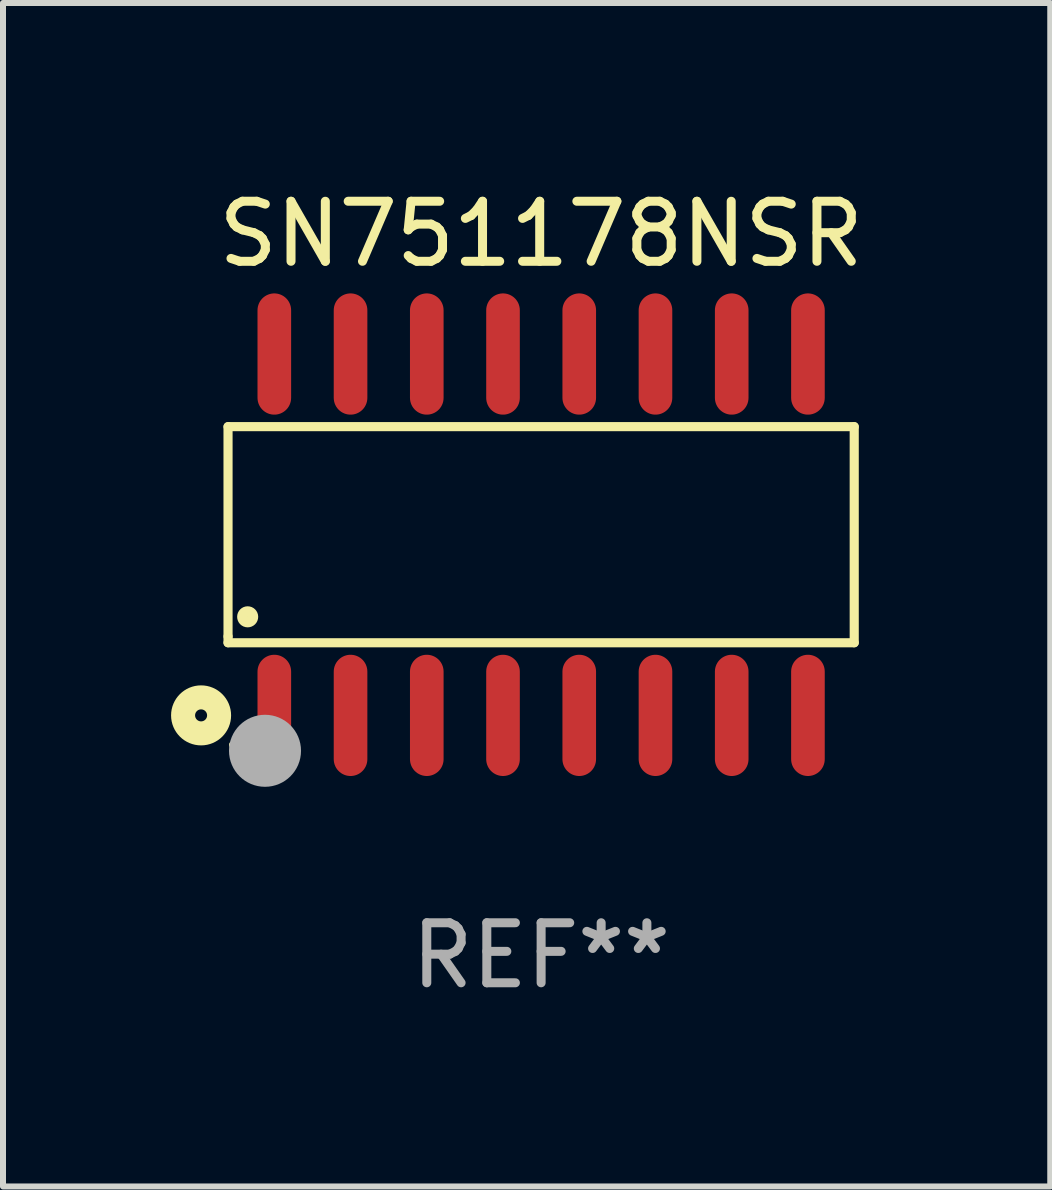
<source format=kicad_pcb>
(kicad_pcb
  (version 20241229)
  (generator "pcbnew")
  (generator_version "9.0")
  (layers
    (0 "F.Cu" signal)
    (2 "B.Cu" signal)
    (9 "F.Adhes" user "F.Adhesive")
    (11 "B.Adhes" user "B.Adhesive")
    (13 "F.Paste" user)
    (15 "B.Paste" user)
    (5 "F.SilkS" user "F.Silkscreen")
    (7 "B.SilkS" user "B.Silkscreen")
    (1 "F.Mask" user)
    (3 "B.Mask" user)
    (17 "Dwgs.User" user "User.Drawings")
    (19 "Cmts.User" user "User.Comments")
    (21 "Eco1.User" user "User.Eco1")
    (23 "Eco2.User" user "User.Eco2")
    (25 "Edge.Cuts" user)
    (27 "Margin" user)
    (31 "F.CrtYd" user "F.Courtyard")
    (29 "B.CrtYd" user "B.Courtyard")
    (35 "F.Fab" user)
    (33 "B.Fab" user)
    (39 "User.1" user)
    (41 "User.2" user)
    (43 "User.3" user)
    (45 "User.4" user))
  (footprint "SN751178NSR"
    (layer "F.Cu")
    (at 5.965 5.858)
    (property "Reference" "SN751178NSR" (at 0 -5.01 0) (layer "F.SilkS") (effects (font (size 1 1) (thickness 0.15))))
    (attr through_hole)
    (fp_line (start -5.216 -1.8) (end 5.216 -1.8) (stroke (width 0.152) (type solid)) (layer "F.SilkS"))
    (fp_line (start -5.216 1.695) (end -5.216 -1.8) (stroke (width 0.152) (type solid)) (layer "F.SilkS"))
    (fp_line (start -5.216 1.8) (end -5.216 1.695) (stroke (width 0.152) (type solid)) (layer "F.SilkS"))
    (fp_line (start 5.216 -1.8) (end 5.216 1.8) (stroke (width 0.152) (type solid)) (layer "F.SilkS"))
    (fp_line (start 5.216 1.8) (end -5.216 1.8) (stroke (width 0.152) (type solid)) (layer "F.SilkS"))
    (fp_circle (center -5.665 3.01) (end -5.565 3.01) (stroke (width 0.4) (type solid)) (fill no) (layer "F.SilkS"))
    (fp_circle (center -5.14 3.5) (end -5.11 3.5) (stroke (width 0.06) (type solid)) (fill no) (layer "F.SilkS"))
    (fp_circle (center -4.889 1.368) (end -4.801 1.368) (stroke (width 0.175) (type solid)) (fill no) (layer "F.SilkS"))
    (fp_circle (center -4.6 3.6) (end -4.3 3.6) (stroke (width 0.6) (type solid)) (fill no) (layer "F.Fab"))
    (fp_text user "REF**" (at 0 7.01 0) (layer "F.Fab") (effects (font (size 1 1) (thickness 0.15))))
    (pad "1" smd oval (at -4.445 3.01) (size 0.56 2.02) (layers "F.Cu" "F.Mask" "F.Paste"))
    (pad "2" smd oval (at -3.175 3.01) (size 0.56 2.02) (layers "F.Cu" "F.Mask" "F.Paste"))
    (pad "3" smd oval (at -1.905 3.01) (size 0.56 2.02) (layers "F.Cu" "F.Mask" "F.Paste"))
    (pad "4" smd oval (at -0.635 3.01) (size 0.56 2.02) (layers "F.Cu" "F.Mask" "F.Paste"))
    (pad "5" smd oval (at 0.635 3.01) (size 0.56 2.02) (layers "F.Cu" "F.Mask" "F.Paste"))
    (pad "6" smd oval (at 1.905 3.01) (size 0.56 2.02) (layers "F.Cu" "F.Mask" "F.Paste"))
    (pad "7" smd oval (at 3.175 3.01) (size 0.56 2.02) (layers "F.Cu" "F.Mask" "F.Paste"))
    (pad "8" smd oval (at 4.445 3.01) (size 0.56 2.02) (layers "F.Cu" "F.Mask" "F.Paste"))
    (pad "9" smd oval (at 4.445 -3.01) (size 0.56 2.02) (layers "F.Cu" "F.Mask" "F.Paste"))
    (pad "10" smd oval (at 3.175 -3.01) (size 0.56 2.02) (layers "F.Cu" "F.Mask" "F.Paste"))
    (pad "11" smd oval (at 1.905 -3.01) (size 0.56 2.02) (layers "F.Cu" "F.Mask" "F.Paste"))
    (pad "12" smd oval (at 0.635 -3.01) (size 0.56 2.02) (layers "F.Cu" "F.Mask" "F.Paste"))
    (pad "13" smd oval (at -0.635 -3.01) (size 0.56 2.02) (layers "F.Cu" "F.Mask" "F.Paste"))
    (pad "14" smd oval (at -1.905 -3.01) (size 0.56 2.02) (layers "F.Cu" "F.Mask" "F.Paste"))
    (pad "15" smd oval (at -3.175 -3.01) (size 0.56 2.02) (layers "F.Cu" "F.Mask" "F.Paste"))
    (pad "16" smd oval (at -4.445 -3.01) (size 0.56 2.02) (layers "F.Cu" "F.Mask" "F.Paste")))
  (gr_rect
    (start -3 -3)
    (end 14.447 16.716)
    (stroke (width 0.1) (type default))
    (fill no)
    (layer "Edge.Cuts")))
</source>
